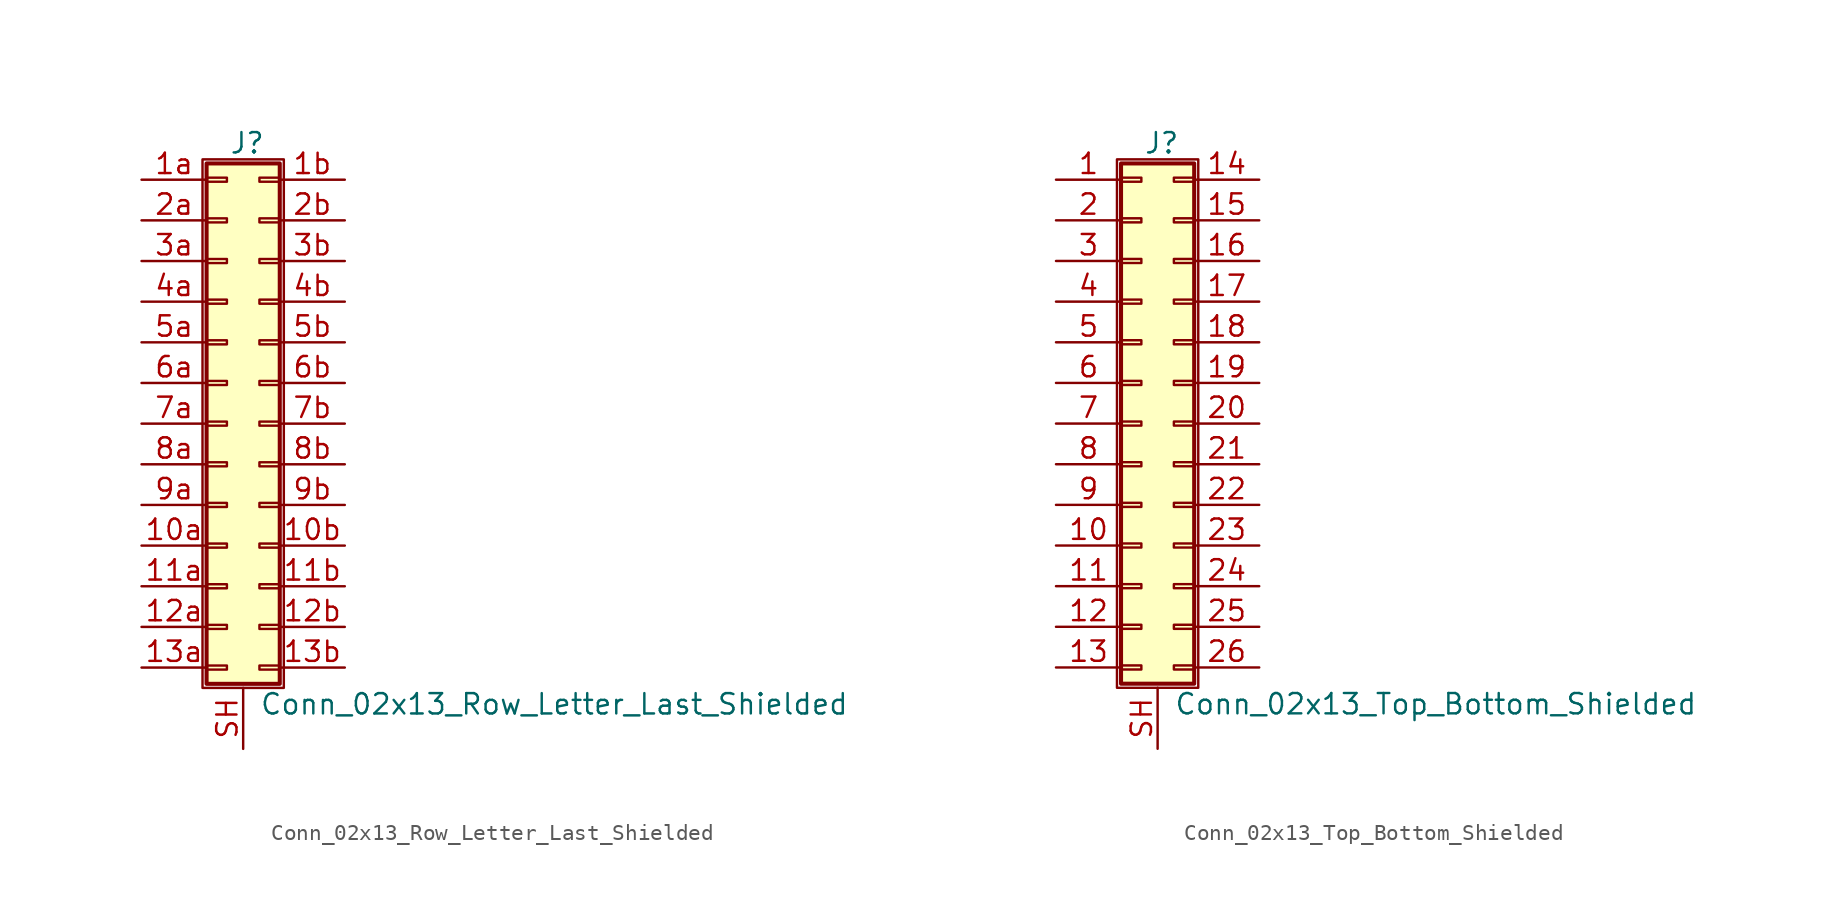
<source format=kicad_sym>
(kicad_symbol_lib
  (version 20201005)
  (generator kicad_symbol_editor)
  (symbol "Conn_02x13_Row_Letter_Last_Shielded"
    (pin_names
      (offset 1.016) hide)
    (property "Reference" "J"
      (at 1.524 17.526 0)
      (effects (font (size 1.27 1.27))))
    (property "Value" "Conn_02x13_Row_Letter_Last_Shielded"
      (at 2.286 -17.526 0)
      (effects (font (size 1.27 1.27)) (justify left)))
    (symbol "Conn_02x13_Row_Letter_Last_Shielded_1_1"
      (rectangle (start -1.27 16.51) (end 3.81 -16.51) (stroke (width 0.152)) (fill (type none)))
      (rectangle (start -1.016 -15.113) (end 0.254 -15.367) (stroke (width 0.152)) (fill (type none)))
      (rectangle (start -1.016 -12.573) (end 0.254 -12.827) (stroke (width 0.152)) (fill (type none)))
      (rectangle (start -1.016 -10.033) (end 0.254 -10.287) (stroke (width 0.152)) (fill (type none)))
      (rectangle (start -1.016 -7.493) (end 0.254 -7.747) (stroke (width 0.152)) (fill (type none)))
      (rectangle (start -1.016 -4.953) (end 0.254 -5.207) (stroke (width 0.152)) (fill (type none)))
      (rectangle (start -1.016 -2.413) (end 0.254 -2.667) (stroke (width 0.152)) (fill (type none)))
      (rectangle (start -1.016 0.127) (end 0.254 -0.127) (stroke (width 0.152)) (fill (type none)))
      (rectangle (start -1.016 2.667) (end 0.254 2.413) (stroke (width 0.152)) (fill (type none)))
      (rectangle (start -1.016 5.207) (end 0.254 4.953) (stroke (width 0.152)) (fill (type none)))
      (rectangle (start -1.016 7.747) (end 0.254 7.493) (stroke (width 0.152)) (fill (type none)))
      (rectangle (start -1.016 10.287) (end 0.254 10.033) (stroke (width 0.152)) (fill (type none)))
      (rectangle (start -1.016 12.827) (end 0.254 12.573) (stroke (width 0.152)) (fill (type none)))
      (rectangle (start -1.016 15.367) (end 0.254 15.113) (stroke (width 0.152)) (fill (type none)))
      (rectangle (start 3.556 -15.113) (end 2.286 -15.367) (stroke (width 0.152)) (fill (type none)))
      (rectangle (start 3.556 -12.573) (end 2.286 -12.827) (stroke (width 0.152)) (fill (type none)))
      (rectangle (start 3.556 -10.033) (end 2.286 -10.287) (stroke (width 0.152)) (fill (type none)))
      (rectangle (start 3.556 -7.493) (end 2.286 -7.747) (stroke (width 0.152)) (fill (type none)))
      (rectangle (start 3.556 -4.953) (end 2.286 -5.207) (stroke (width 0.152)) (fill (type none)))
      (rectangle (start 3.556 -2.413) (end 2.286 -2.667) (stroke (width 0.152)) (fill (type none)))
      (rectangle (start 3.556 0.127) (end 2.286 -0.127) (stroke (width 0.152)) (fill (type none)))
      (rectangle (start 3.556 2.667) (end 2.286 2.413) (stroke (width 0.152)) (fill (type none)))
      (rectangle (start 3.556 5.207) (end 2.286 4.953) (stroke (width 0.152)) (fill (type none)))
      (rectangle (start 3.556 7.747) (end 2.286 7.493) (stroke (width 0.152)) (fill (type none)))
      (rectangle (start 3.556 10.287) (end 2.286 10.033) (stroke (width 0.152)) (fill (type none)))
      (rectangle (start 3.556 12.827) (end 2.286 12.573) (stroke (width 0.152)) (fill (type none)))
      (rectangle (start 3.556 15.367) (end 2.286 15.113) (stroke (width 0.152)) (fill (type none)))
      (rectangle (start -1.016 16.256) (end 3.556 -16.256) (stroke (width 0.254)) (fill (type background)))
      (pin passive line (at -5.08 -7.62 0) (length 4.064) (name "Pin_10a" (effects (font (size 1.27 1.27)))) (number "10a" (effects (font (size 1.27 1.27)))))
      (pin passive line (at 7.62 -7.62 180) (length 4.064) (name "Pin_10b" (effects (font (size 1.27 1.27)))) (number "10b" (effects (font (size 1.27 1.27)))))
      (pin passive line (at -5.08 -10.16 0) (length 4.064) (name "Pin_11a" (effects (font (size 1.27 1.27)))) (number "11a" (effects (font (size 1.27 1.27)))))
      (pin passive line (at 7.62 -10.16 180) (length 4.064) (name "Pin_11b" (effects (font (size 1.27 1.27)))) (number "11b" (effects (font (size 1.27 1.27)))))
      (pin passive line (at -5.08 -12.7 0) (length 4.064) (name "Pin_12a" (effects (font (size 1.27 1.27)))) (number "12a" (effects (font (size 1.27 1.27)))))
      (pin passive line (at 7.62 -12.7 180) (length 4.064) (name "Pin_12b" (effects (font (size 1.27 1.27)))) (number "12b" (effects (font (size 1.27 1.27)))))
      (pin passive line (at -5.08 -15.24 0) (length 4.064) (name "Pin_13a" (effects (font (size 1.27 1.27)))) (number "13a" (effects (font (size 1.27 1.27)))))
      (pin passive line (at 7.62 -15.24 180) (length 4.064) (name "Pin_13b" (effects (font (size 1.27 1.27)))) (number "13b" (effects (font (size 1.27 1.27)))))
      (pin passive line (at -5.08 15.24 0) (length 4.064) (name "Pin_1a" (effects (font (size 1.27 1.27)))) (number "1a" (effects (font (size 1.27 1.27)))))
      (pin passive line (at 7.62 15.24 180) (length 4.064) (name "Pin_1b" (effects (font (size 1.27 1.27)))) (number "1b" (effects (font (size 1.27 1.27)))))
      (pin passive line (at -5.08 12.7 0) (length 4.064) (name "Pin_2a" (effects (font (size 1.27 1.27)))) (number "2a" (effects (font (size 1.27 1.27)))))
      (pin passive line (at 7.62 12.7 180) (length 4.064) (name "Pin_2b" (effects (font (size 1.27 1.27)))) (number "2b" (effects (font (size 1.27 1.27)))))
      (pin passive line (at -5.08 10.16 0) (length 4.064) (name "Pin_3a" (effects (font (size 1.27 1.27)))) (number "3a" (effects (font (size 1.27 1.27)))))
      (pin passive line (at 7.62 10.16 180) (length 4.064) (name "Pin_3b" (effects (font (size 1.27 1.27)))) (number "3b" (effects (font (size 1.27 1.27)))))
      (pin passive line (at -5.08 7.62 0) (length 4.064) (name "Pin_4a" (effects (font (size 1.27 1.27)))) (number "4a" (effects (font (size 1.27 1.27)))))
      (pin passive line (at 7.62 7.62 180) (length 4.064) (name "Pin_4b" (effects (font (size 1.27 1.27)))) (number "4b" (effects (font (size 1.27 1.27)))))
      (pin passive line (at -5.08 5.08 0) (length 4.064) (name "Pin_5a" (effects (font (size 1.27 1.27)))) (number "5a" (effects (font (size 1.27 1.27)))))
      (pin passive line (at 7.62 5.08 180) (length 4.064) (name "Pin_5b" (effects (font (size 1.27 1.27)))) (number "5b" (effects (font (size 1.27 1.27)))))
      (pin passive line (at -5.08 2.54 0) (length 4.064) (name "Pin_6a" (effects (font (size 1.27 1.27)))) (number "6a" (effects (font (size 1.27 1.27)))))
      (pin passive line (at 7.62 2.54 180) (length 4.064) (name "Pin_6b" (effects (font (size 1.27 1.27)))) (number "6b" (effects (font (size 1.27 1.27)))))
      (pin passive line (at -5.08 0 0) (length 4.064) (name "Pin_7a" (effects (font (size 1.27 1.27)))) (number "7a" (effects (font (size 1.27 1.27)))))
      (pin passive line (at 7.62 0 180) (length 4.064) (name "Pin_7b" (effects (font (size 1.27 1.27)))) (number "7b" (effects (font (size 1.27 1.27)))))
      (pin passive line (at -5.08 -2.54 0) (length 4.064) (name "Pin_8a" (effects (font (size 1.27 1.27)))) (number "8a" (effects (font (size 1.27 1.27)))))
      (pin passive line (at 7.62 -2.54 180) (length 4.064) (name "Pin_8b" (effects (font (size 1.27 1.27)))) (number "8b" (effects (font (size 1.27 1.27)))))
      (pin passive line (at -5.08 -5.08 0) (length 4.064) (name "Pin_9a" (effects (font (size 1.27 1.27)))) (number "9a" (effects (font (size 1.27 1.27)))))
      (pin passive line (at 7.62 -5.08 180) (length 4.064) (name "Pin_9b" (effects (font (size 1.27 1.27)))) (number "9b" (effects (font (size 1.27 1.27)))))
      (pin passive line (at 1.27 -20.32 90) (length 3.81) (name "Shield" (effects (font (size 1.27 1.27)))) (number "SH" (effects (font (size 1.27 1.27)))))))
  (symbol "Conn_02x13_Top_Bottom_Shielded"
    (pin_names
      (offset 1.016) hide)
    (property "Reference" "J"
      (at 1.524 17.526 0)
      (effects (font (size 1.27 1.27))))
    (property "Value" "Conn_02x13_Top_Bottom_Shielded"
      (at 2.286 -17.526 0)
      (effects (font (size 1.27 1.27)) (justify left)))
    (symbol "Conn_02x13_Top_Bottom_Shielded_1_1"
      (rectangle (start -1.27 16.51) (end 3.81 -16.51) (stroke (width 0.152)) (fill (type none)))
      (rectangle (start -1.016 -15.113) (end 0.254 -15.367) (stroke (width 0.152)) (fill (type none)))
      (rectangle (start -1.016 -12.573) (end 0.254 -12.827) (stroke (width 0.152)) (fill (type none)))
      (rectangle (start -1.016 -10.033) (end 0.254 -10.287) (stroke (width 0.152)) (fill (type none)))
      (rectangle (start -1.016 -7.493) (end 0.254 -7.747) (stroke (width 0.152)) (fill (type none)))
      (rectangle (start -1.016 -4.953) (end 0.254 -5.207) (stroke (width 0.152)) (fill (type none)))
      (rectangle (start -1.016 -2.413) (end 0.254 -2.667) (stroke (width 0.152)) (fill (type none)))
      (rectangle (start -1.016 0.127) (end 0.254 -0.127) (stroke (width 0.152)) (fill (type none)))
      (rectangle (start -1.016 2.667) (end 0.254 2.413) (stroke (width 0.152)) (fill (type none)))
      (rectangle (start -1.016 5.207) (end 0.254 4.953) (stroke (width 0.152)) (fill (type none)))
      (rectangle (start -1.016 7.747) (end 0.254 7.493) (stroke (width 0.152)) (fill (type none)))
      (rectangle (start -1.016 10.287) (end 0.254 10.033) (stroke (width 0.152)) (fill (type none)))
      (rectangle (start -1.016 12.827) (end 0.254 12.573) (stroke (width 0.152)) (fill (type none)))
      (rectangle (start -1.016 15.367) (end 0.254 15.113) (stroke (width 0.152)) (fill (type none)))
      (rectangle (start 3.556 -15.113) (end 2.286 -15.367) (stroke (width 0.152)) (fill (type none)))
      (rectangle (start 3.556 -12.573) (end 2.286 -12.827) (stroke (width 0.152)) (fill (type none)))
      (rectangle (start 3.556 -10.033) (end 2.286 -10.287) (stroke (width 0.152)) (fill (type none)))
      (rectangle (start 3.556 -7.493) (end 2.286 -7.747) (stroke (width 0.152)) (fill (type none)))
      (rectangle (start 3.556 -4.953) (end 2.286 -5.207) (stroke (width 0.152)) (fill (type none)))
      (rectangle (start 3.556 -2.413) (end 2.286 -2.667) (stroke (width 0.152)) (fill (type none)))
      (rectangle (start 3.556 0.127) (end 2.286 -0.127) (stroke (width 0.152)) (fill (type none)))
      (rectangle (start 3.556 2.667) (end 2.286 2.413) (stroke (width 0.152)) (fill (type none)))
      (rectangle (start 3.556 5.207) (end 2.286 4.953) (stroke (width 0.152)) (fill (type none)))
      (rectangle (start 3.556 7.747) (end 2.286 7.493) (stroke (width 0.152)) (fill (type none)))
      (rectangle (start 3.556 10.287) (end 2.286 10.033) (stroke (width 0.152)) (fill (type none)))
      (rectangle (start 3.556 12.827) (end 2.286 12.573) (stroke (width 0.152)) (fill (type none)))
      (rectangle (start 3.556 15.367) (end 2.286 15.113) (stroke (width 0.152)) (fill (type none)))
      (rectangle (start -1.016 16.256) (end 3.556 -16.256) (stroke (width 0.254)) (fill (type background)))
      (pin passive line (at -5.08 15.24 0) (length 4.064) (name "Pin_1" (effects (font (size 1.27 1.27)))) (number "1" (effects (font (size 1.27 1.27)))))
      (pin passive line (at -5.08 -7.62 0) (length 4.064) (name "Pin_10" (effects (font (size 1.27 1.27)))) (number "10" (effects (font (size 1.27 1.27)))))
      (pin passive line (at -5.08 -10.16 0) (length 4.064) (name "Pin_11" (effects (font (size 1.27 1.27)))) (number "11" (effects (font (size 1.27 1.27)))))
      (pin passive line (at -5.08 -12.7 0) (length 4.064) (name "Pin_12" (effects (font (size 1.27 1.27)))) (number "12" (effects (font (size 1.27 1.27)))))
      (pin passive line (at -5.08 -15.24 0) (length 4.064) (name "Pin_13" (effects (font (size 1.27 1.27)))) (number "13" (effects (font (size 1.27 1.27)))))
      (pin passive line (at 7.62 15.24 180) (length 4.064) (name "Pin_14" (effects (font (size 1.27 1.27)))) (number "14" (effects (font (size 1.27 1.27)))))
      (pin passive line (at 7.62 12.7 180) (length 4.064) (name "Pin_15" (effects (font (size 1.27 1.27)))) (number "15" (effects (font (size 1.27 1.27)))))
      (pin passive line (at 7.62 10.16 180) (length 4.064) (name "Pin_16" (effects (font (size 1.27 1.27)))) (number "16" (effects (font (size 1.27 1.27)))))
      (pin passive line (at 7.62 7.62 180) (length 4.064) (name "Pin_17" (effects (font (size 1.27 1.27)))) (number "17" (effects (font (size 1.27 1.27)))))
      (pin passive line (at 7.62 5.08 180) (length 4.064) (name "Pin_18" (effects (font (size 1.27 1.27)))) (number "18" (effects (font (size 1.27 1.27)))))
      (pin passive line (at 7.62 2.54 180) (length 4.064) (name "Pin_19" (effects (font (size 1.27 1.27)))) (number "19" (effects (font (size 1.27 1.27)))))
      (pin passive line (at -5.08 12.7 0) (length 4.064) (name "Pin_2" (effects (font (size 1.27 1.27)))) (number "2" (effects (font (size 1.27 1.27)))))
      (pin passive line (at 7.62 0 180) (length 4.064) (name "Pin_20" (effects (font (size 1.27 1.27)))) (number "20" (effects (font (size 1.27 1.27)))))
      (pin passive line (at 7.62 -2.54 180) (length 4.064) (name "Pin_21" (effects (font (size 1.27 1.27)))) (number "21" (effects (font (size 1.27 1.27)))))
      (pin passive line (at 7.62 -5.08 180) (length 4.064) (name "Pin_22" (effects (font (size 1.27 1.27)))) (number "22" (effects (font (size 1.27 1.27)))))
      (pin passive line (at 7.62 -7.62 180) (length 4.064) (name "Pin_23" (effects (font (size 1.27 1.27)))) (number "23" (effects (font (size 1.27 1.27)))))
      (pin passive line (at 7.62 -10.16 180) (length 4.064) (name "Pin_24" (effects (font (size 1.27 1.27)))) (number "24" (effects (font (size 1.27 1.27)))))
      (pin passive line (at 7.62 -12.7 180) (length 4.064) (name "Pin_25" (effects (font (size 1.27 1.27)))) (number "25" (effects (font (size 1.27 1.27)))))
      (pin passive line (at 7.62 -15.24 180) (length 4.064) (name "Pin_26" (effects (font (size 1.27 1.27)))) (number "26" (effects (font (size 1.27 1.27)))))
      (pin passive line (at -5.08 10.16 0) (length 4.064) (name "Pin_3" (effects (font (size 1.27 1.27)))) (number "3" (effects (font (size 1.27 1.27)))))
      (pin passive line (at -5.08 7.62 0) (length 4.064) (name "Pin_4" (effects (font (size 1.27 1.27)))) (number "4" (effects (font (size 1.27 1.27)))))
      (pin passive line (at -5.08 5.08 0) (length 4.064) (name "Pin_5" (effects (font (size 1.27 1.27)))) (number "5" (effects (font (size 1.27 1.27)))))
      (pin passive line (at -5.08 2.54 0) (length 4.064) (name "Pin_6" (effects (font (size 1.27 1.27)))) (number "6" (effects (font (size 1.27 1.27)))))
      (pin passive line (at -5.08 0 0) (length 4.064) (name "Pin_7" (effects (font (size 1.27 1.27)))) (number "7" (effects (font (size 1.27 1.27)))))
      (pin passive line (at -5.08 -2.54 0) (length 4.064) (name "Pin_8" (effects (font (size 1.27 1.27)))) (number "8" (effects (font (size 1.27 1.27)))))
      (pin passive line (at -5.08 -5.08 0) (length 4.064) (name "Pin_9" (effects (font (size 1.27 1.27)))) (number "9" (effects (font (size 1.27 1.27)))))
      (pin passive line (at 1.27 -20.32 90) (length 3.81) (name "Shield" (effects (font (size 1.27 1.27)))) (number "SH" (effects (font (size 1.27 1.27))))))))
</source>
